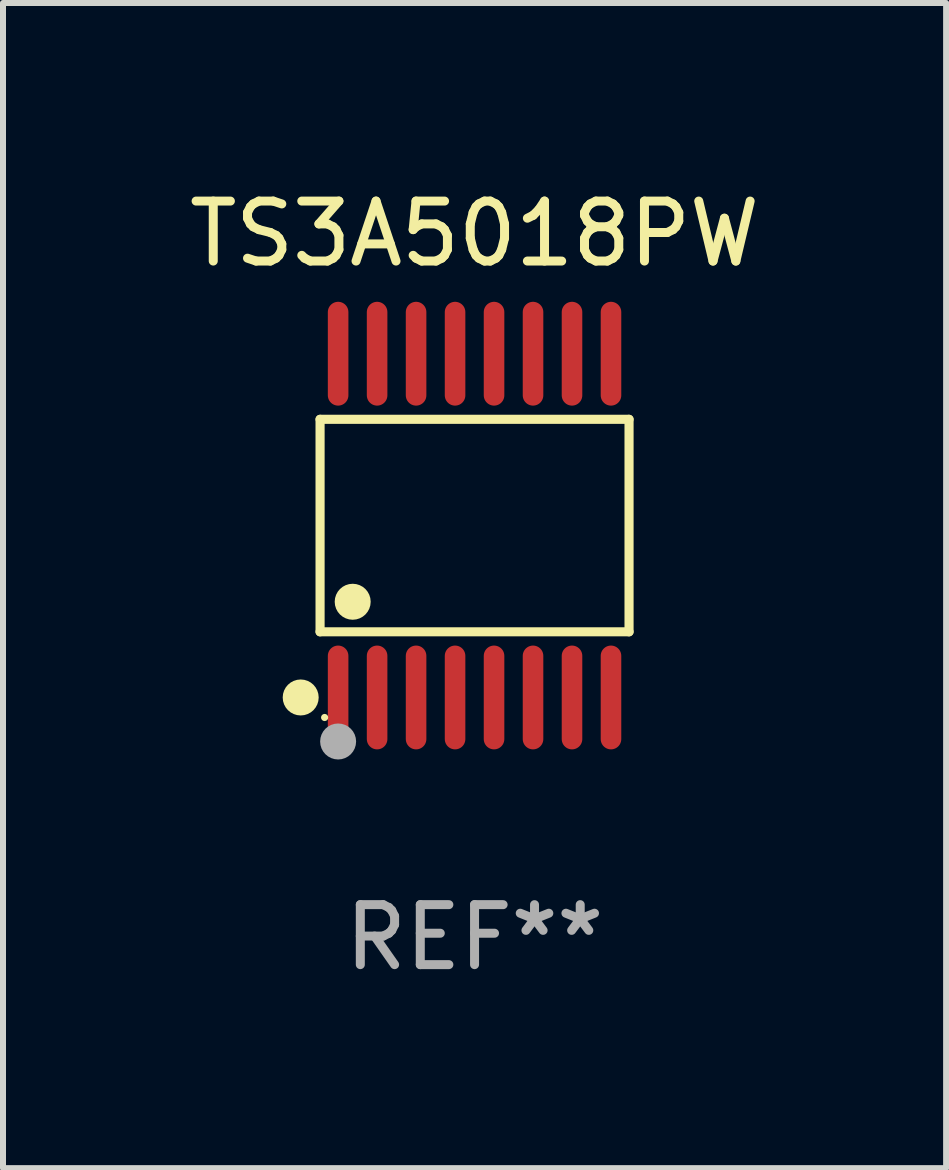
<source format=kicad_pcb>
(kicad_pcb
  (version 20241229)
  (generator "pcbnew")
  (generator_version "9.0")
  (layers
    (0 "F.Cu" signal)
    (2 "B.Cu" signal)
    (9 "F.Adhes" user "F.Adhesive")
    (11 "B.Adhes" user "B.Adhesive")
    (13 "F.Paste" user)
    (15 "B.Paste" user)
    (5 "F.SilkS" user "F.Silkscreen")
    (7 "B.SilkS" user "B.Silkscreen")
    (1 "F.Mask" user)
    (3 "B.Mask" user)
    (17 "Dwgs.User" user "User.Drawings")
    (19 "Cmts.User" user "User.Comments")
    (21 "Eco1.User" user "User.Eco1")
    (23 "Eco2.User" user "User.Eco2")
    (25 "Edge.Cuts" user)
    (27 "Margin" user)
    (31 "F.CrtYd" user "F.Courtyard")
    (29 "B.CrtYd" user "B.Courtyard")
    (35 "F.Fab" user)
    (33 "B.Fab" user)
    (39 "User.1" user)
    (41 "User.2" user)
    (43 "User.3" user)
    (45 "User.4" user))
  (footprint "TS3A5018PW"
    (layer "F.Cu")
    (at 4.863 5.714)
    (property "Reference" "TS3A5018PW" (at 0 -4.866 0) (layer "F.SilkS") (effects (font (size 1 1) (thickness 0.15))))
    (attr through_hole)
    (fp_line (start -2.576 -1.772) (end 2.576 -1.772) (stroke (width 0.152) (type solid)) (layer "F.SilkS"))
    (fp_line (start -2.576 1.771) (end -2.576 -1.772) (stroke (width 0.152) (type solid)) (layer "F.SilkS"))
    (fp_line (start 2.576 -1.772) (end 2.576 1.771) (stroke (width 0.152) (type solid)) (layer "F.SilkS"))
    (fp_line (start 2.576 1.771) (end -2.576 1.771) (stroke (width 0.152) (type solid)) (layer "F.SilkS"))
    (fp_circle (center -2.899 2.866) (end -2.749 2.866) (stroke (width 0.3) (type solid)) (fill no) (layer "F.SilkS"))
    (fp_circle (center -2.5 3.2) (end -2.47 3.2) (stroke (width 0.06) (type solid)) (fill no) (layer "F.SilkS"))
    (fp_circle (center -2.032 1.27) (end -1.882 1.27) (stroke (width 0.3) (type solid)) (fill no) (layer "F.SilkS"))
    (fp_circle (center -2.275 3.6) (end -2.125 3.6) (stroke (width 0.3) (type solid)) (fill no) (layer "F.Fab"))
    (fp_text user "REF**" (at 0 6.866 0) (layer "F.Fab") (effects (font (size 1 1) (thickness 0.15))))
    (pad "1" smd oval (at -2.275 2.866) (size 0.343 1.731) (layers "F.Cu" "F.Mask" "F.Paste"))
    (pad "2" smd oval (at -1.625 2.866) (size 0.343 1.731) (layers "F.Cu" "F.Mask" "F.Paste"))
    (pad "3" smd oval (at -0.975 2.866) (size 0.343 1.731) (layers "F.Cu" "F.Mask" "F.Paste"))
    (pad "4" smd oval (at -0.325 2.866) (size 0.343 1.731) (layers "F.Cu" "F.Mask" "F.Paste"))
    (pad "5" smd oval (at 0.325 2.866) (size 0.343 1.731) (layers "F.Cu" "F.Mask" "F.Paste"))
    (pad "6" smd oval (at 0.975 2.866) (size 0.343 1.731) (layers "F.Cu" "F.Mask" "F.Paste"))
    (pad "7" smd oval (at 1.625 2.866) (size 0.343 1.731) (layers "F.Cu" "F.Mask" "F.Paste"))
    (pad "8" smd oval (at 2.275 2.866) (size 0.343 1.731) (layers "F.Cu" "F.Mask" "F.Paste"))
    (pad "9" smd oval (at 2.275 -2.866) (size 0.343 1.731) (layers "F.Cu" "F.Mask" "F.Paste"))
    (pad "10" smd oval (at 1.625 -2.866) (size 0.343 1.731) (layers "F.Cu" "F.Mask" "F.Paste"))
    (pad "11" smd oval (at 0.975 -2.866) (size 0.343 1.731) (layers "F.Cu" "F.Mask" "F.Paste"))
    (pad "12" smd oval (at 0.325 -2.866) (size 0.343 1.731) (layers "F.Cu" "F.Mask" "F.Paste"))
    (pad "13" smd oval (at -0.325 -2.866) (size 0.343 1.731) (layers "F.Cu" "F.Mask" "F.Paste"))
    (pad "14" smd oval (at -0.975 -2.866) (size 0.343 1.731) (layers "F.Cu" "F.Mask" "F.Paste"))
    (pad "15" smd oval (at -1.625 -2.866) (size 0.343 1.731) (layers "F.Cu" "F.Mask" "F.Paste"))
    (pad "16" smd oval (at -2.275 -2.866) (size 0.343 1.731) (layers "F.Cu" "F.Mask" "F.Paste")))
  (gr_rect
    (start -3 -3)
    (end 12.726 16.428)
    (stroke (width 0.1) (type default))
    (fill no)
    (layer "Edge.Cuts")))
</source>
